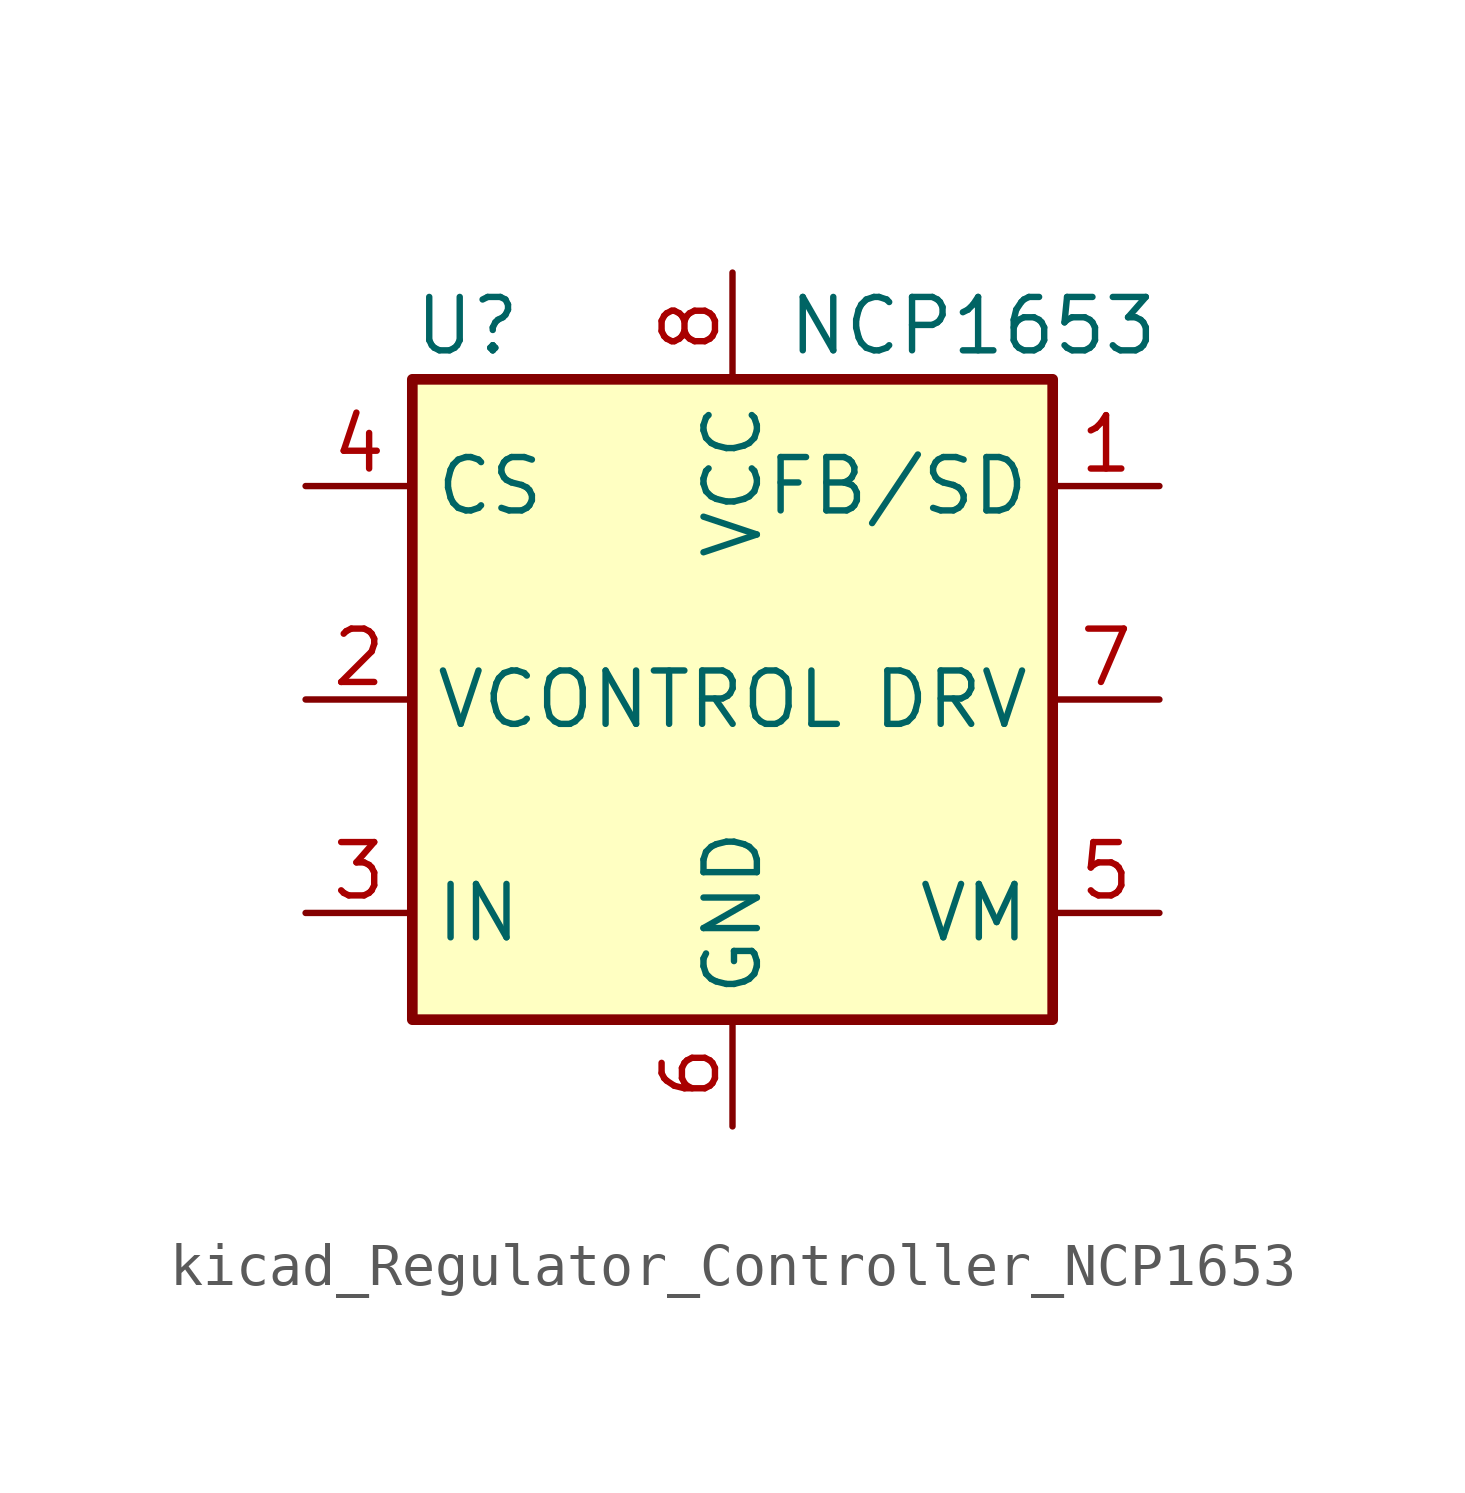
<source format=kicad_sym>
(kicad_symbol_lib
  (version 20220914)
  (generator kicad_symbol_editor)
  (symbol "kicad_Regulator_Controller_NCP1653"
    (property "Reference" "U"
      (at -7.62 8.89 0)
      (effects (font (size 1.27 1.27)) (justify left)))
    (property "Value" "NCP1653"
      (at 1.27 8.89 0)
      (effects (font (size 1.27 1.27)) (justify left)))
    (symbol "kicad_Regulator_Controller_NCP1653_0_0"
      (rectangle (start -7.62 7.62) (end 7.62 -7.62) (stroke (width 0.254) (type default)) (fill (type background))))
    (symbol "kicad_Regulator_Controller_NCP1653_1_1"
      (pin input line (at 10.16 5.08 180) (length 2.54) (name "FB/SD" (effects (font (size 1.27 1.27)))) (number "1" (effects (font (size 1.27 1.27)))))
      (pin passive line (at -10.16 0 0) (length 2.54) (name "VCONTROL" (effects (font (size 1.27 1.27)))) (number "2" (effects (font (size 1.27 1.27)))))
      (pin input line (at -10.16 -5.08 0) (length 2.54) (name "IN" (effects (font (size 1.27 1.27)))) (number "3" (effects (font (size 1.27 1.27)))))
      (pin input line (at -10.16 5.08 0) (length 2.54) (name "CS" (effects (font (size 1.27 1.27)))) (number "4" (effects (font (size 1.27 1.27)))))
      (pin passive line (at 10.16 -5.08 180) (length 2.54) (name "VM" (effects (font (size 1.27 1.27)))) (number "5" (effects (font (size 1.27 1.27)))))
      (pin power_in line (at 0 -10.16 90) (length 2.54) (name "GND" (effects (font (size 1.27 1.27)))) (number "6" (effects (font (size 1.27 1.27)))))
      (pin output line (at 10.16 0 180) (length 2.54) (name "DRV" (effects (font (size 1.27 1.27)))) (number "7" (effects (font (size 1.27 1.27)))))
      (pin power_in line (at 0 10.16 270) (length 2.54) (name "VCC" (effects (font (size 1.27 1.27)))) (number "8" (effects (font (size 1.27 1.27))))))))
</source>
